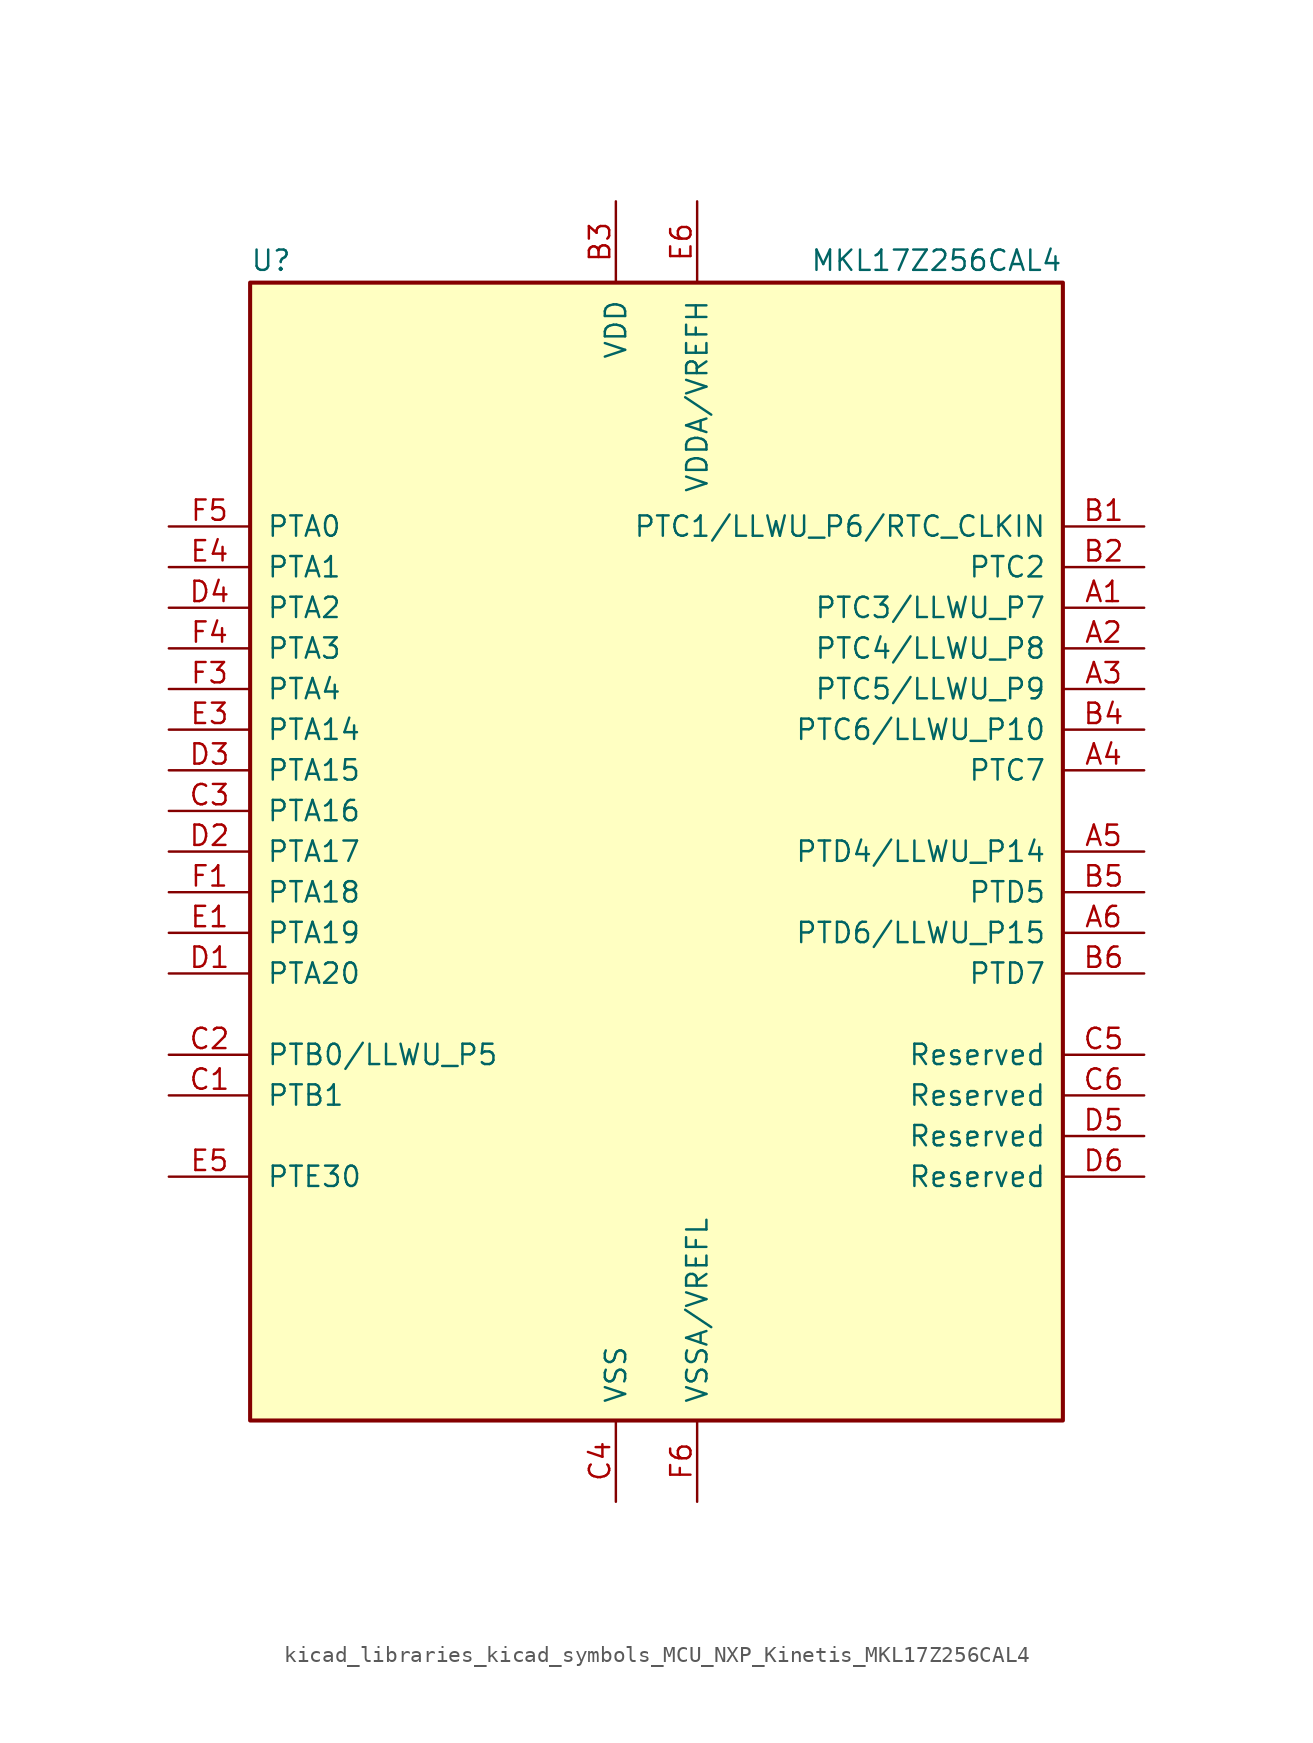
<source format=kicad_sym>
(kicad_symbol_lib
  (version 20220914)
  (generator kicad_symbol_editor)
  (symbol "kicad_libraries_kicad_symbols_MCU_NXP_Kinetis_MKL17Z256CAL4"
    (pin_names
      (offset 1.016))
    (property "Reference" "U"
      (at -25.4 36.195 0)
      (effects (font (size 1.27 1.27)) (justify left bottom)))
    (property "Value" "MKL17Z256CAL4"
      (at 25.4 36.195 0)
      (effects (font (size 1.27 1.27)) (justify right bottom)))
    (symbol "kicad_libraries_kicad_symbols_MCU_NXP_Kinetis_MKL17Z256CAL4_0_1"
      (rectangle (start -25.4 35.56) (end 25.4 -35.56) (stroke (width 0.254) (type default)) (fill (type background))))
    (symbol "kicad_libraries_kicad_symbols_MCU_NXP_Kinetis_MKL17Z256CAL4_1_1"
      (pin bidirectional line (at 30.48 15.24 180) (length 5.08) (name "PTC3/LLWU_P7" (effects (font (size 1.27 1.27)))) (number "A1" (effects (font (size 1.27 1.27)))))
      (pin bidirectional line (at 30.48 12.7 180) (length 5.08) (name "PTC4/LLWU_P8" (effects (font (size 1.27 1.27)))) (number "A2" (effects (font (size 1.27 1.27)))))
      (pin bidirectional line (at 30.48 10.16 180) (length 5.08) (name "PTC5/LLWU_P9" (effects (font (size 1.27 1.27)))) (number "A3" (effects (font (size 1.27 1.27)))))
      (pin bidirectional line (at 30.48 5.08 180) (length 5.08) (name "PTC7" (effects (font (size 1.27 1.27)))) (number "A4" (effects (font (size 1.27 1.27)))))
      (pin bidirectional line (at 30.48 0 180) (length 5.08) (name "PTD4/LLWU_P14" (effects (font (size 1.27 1.27)))) (number "A5" (effects (font (size 1.27 1.27)))))
      (pin bidirectional line (at 30.48 -5.08 180) (length 5.08) (name "PTD6/LLWU_P15" (effects (font (size 1.27 1.27)))) (number "A6" (effects (font (size 1.27 1.27)))))
      (pin bidirectional line (at 30.48 20.32 180) (length 5.08) (name "PTC1/LLWU_P6/RTC_CLKIN" (effects (font (size 1.27 1.27)))) (number "B1" (effects (font (size 1.27 1.27)))))
      (pin bidirectional line (at 30.48 17.78 180) (length 5.08) (name "PTC2" (effects (font (size 1.27 1.27)))) (number "B2" (effects (font (size 1.27 1.27)))))
      (pin power_in line (at -2.54 40.64 270) (length 5.08) (name "VDD" (effects (font (size 1.27 1.27)))) (number "B3" (effects (font (size 1.27 1.27)))))
      (pin bidirectional line (at 30.48 7.62 180) (length 5.08) (name "PTC6/LLWU_P10" (effects (font (size 1.27 1.27)))) (number "B4" (effects (font (size 1.27 1.27)))))
      (pin bidirectional line (at 30.48 -2.54 180) (length 5.08) (name "PTD5" (effects (font (size 1.27 1.27)))) (number "B5" (effects (font (size 1.27 1.27)))))
      (pin bidirectional line (at 30.48 -7.62 180) (length 5.08) (name "PTD7" (effects (font (size 1.27 1.27)))) (number "B6" (effects (font (size 1.27 1.27)))))
      (pin bidirectional line (at -30.48 -15.24 0) (length 5.08) (name "PTB1" (effects (font (size 1.27 1.27)))) (number "C1" (effects (font (size 1.27 1.27)))))
      (pin bidirectional line (at -30.48 -12.7 0) (length 5.08) (name "PTB0/LLWU_P5" (effects (font (size 1.27 1.27)))) (number "C2" (effects (font (size 1.27 1.27)))))
      (pin bidirectional line (at -30.48 2.54 0) (length 5.08) (name "PTA16" (effects (font (size 1.27 1.27)))) (number "C3" (effects (font (size 1.27 1.27)))))
      (pin power_in line (at -2.54 -40.64 90) (length 5.08) (name "VSS" (effects (font (size 1.27 1.27)))) (number "C4" (effects (font (size 1.27 1.27)))))
      (pin passive line (at 30.48 -12.7 180) (length 5.08) (name "Reserved" (effects (font (size 1.27 1.27)))) (number "C5" (effects (font (size 1.27 1.27)))))
      (pin passive line (at 30.48 -15.24 180) (length 5.08) (name "Reserved" (effects (font (size 1.27 1.27)))) (number "C6" (effects (font (size 1.27 1.27)))))
      (pin bidirectional line (at -30.48 -7.62 0) (length 5.08) (name "PTA20" (effects (font (size 1.27 1.27)))) (number "D1" (effects (font (size 1.27 1.27)))))
      (pin bidirectional line (at -30.48 0 0) (length 5.08) (name "PTA17" (effects (font (size 1.27 1.27)))) (number "D2" (effects (font (size 1.27 1.27)))))
      (pin bidirectional line (at -30.48 5.08 0) (length 5.08) (name "PTA15" (effects (font (size 1.27 1.27)))) (number "D3" (effects (font (size 1.27 1.27)))))
      (pin bidirectional line (at -30.48 15.24 0) (length 5.08) (name "PTA2" (effects (font (size 1.27 1.27)))) (number "D4" (effects (font (size 1.27 1.27)))))
      (pin passive line (at 30.48 -17.78 180) (length 5.08) (name "Reserved" (effects (font (size 1.27 1.27)))) (number "D5" (effects (font (size 1.27 1.27)))))
      (pin passive line (at 30.48 -20.32 180) (length 5.08) (name "Reserved" (effects (font (size 1.27 1.27)))) (number "D6" (effects (font (size 1.27 1.27)))))
      (pin bidirectional line (at -30.48 -5.08 0) (length 5.08) (name "PTA19" (effects (font (size 1.27 1.27)))) (number "E1" (effects (font (size 1.27 1.27)))))
      (pin passive line (at -2.54 40.64 270) (length 5.08) hide (name "VDD" (effects (font (size 1.27 1.27)))) (number "E2" (effects (font (size 1.27 1.27)))))
      (pin bidirectional line (at -30.48 7.62 0) (length 5.08) (name "PTA14" (effects (font (size 1.27 1.27)))) (number "E3" (effects (font (size 1.27 1.27)))))
      (pin bidirectional line (at -30.48 17.78 0) (length 5.08) (name "PTA1" (effects (font (size 1.27 1.27)))) (number "E4" (effects (font (size 1.27 1.27)))))
      (pin bidirectional line (at -30.48 -20.32 0) (length 5.08) (name "PTE30" (effects (font (size 1.27 1.27)))) (number "E5" (effects (font (size 1.27 1.27)))))
      (pin power_in line (at 2.54 40.64 270) (length 5.08) (name "VDDA/VREFH" (effects (font (size 1.27 1.27)))) (number "E6" (effects (font (size 1.27 1.27)))))
      (pin bidirectional line (at -30.48 -2.54 0) (length 5.08) (name "PTA18" (effects (font (size 1.27 1.27)))) (number "F1" (effects (font (size 1.27 1.27)))))
      (pin passive line (at -2.54 -40.64 90) (length 5.08) hide (name "VSS" (effects (font (size 1.27 1.27)))) (number "F2" (effects (font (size 1.27 1.27)))))
      (pin bidirectional line (at -30.48 10.16 0) (length 5.08) (name "PTA4" (effects (font (size 1.27 1.27)))) (number "F3" (effects (font (size 1.27 1.27)))))
      (pin bidirectional line (at -30.48 12.7 0) (length 5.08) (name "PTA3" (effects (font (size 1.27 1.27)))) (number "F4" (effects (font (size 1.27 1.27)))))
      (pin bidirectional line (at -30.48 20.32 0) (length 5.08) (name "PTA0" (effects (font (size 1.27 1.27)))) (number "F5" (effects (font (size 1.27 1.27)))))
      (pin power_in line (at 2.54 -40.64 90) (length 5.08) (name "VSSA/VREFL" (effects (font (size 1.27 1.27)))) (number "F6" (effects (font (size 1.27 1.27))))))))
</source>
